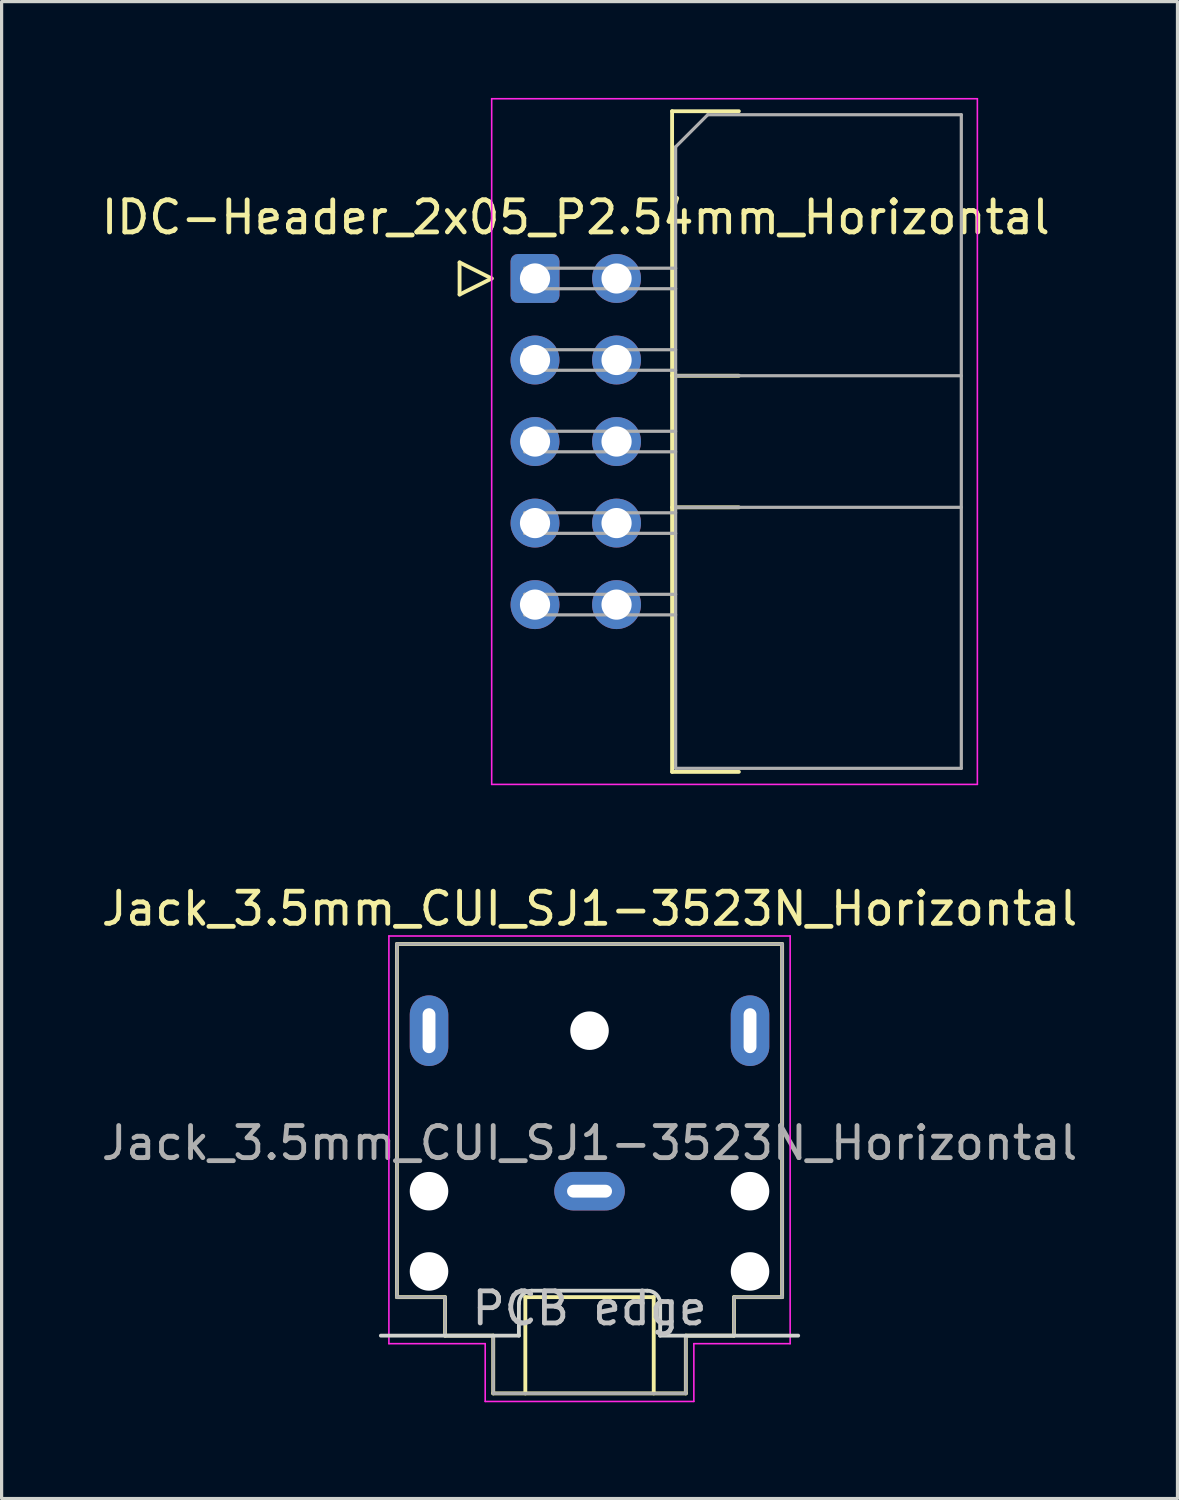
<source format=kicad_pcb>
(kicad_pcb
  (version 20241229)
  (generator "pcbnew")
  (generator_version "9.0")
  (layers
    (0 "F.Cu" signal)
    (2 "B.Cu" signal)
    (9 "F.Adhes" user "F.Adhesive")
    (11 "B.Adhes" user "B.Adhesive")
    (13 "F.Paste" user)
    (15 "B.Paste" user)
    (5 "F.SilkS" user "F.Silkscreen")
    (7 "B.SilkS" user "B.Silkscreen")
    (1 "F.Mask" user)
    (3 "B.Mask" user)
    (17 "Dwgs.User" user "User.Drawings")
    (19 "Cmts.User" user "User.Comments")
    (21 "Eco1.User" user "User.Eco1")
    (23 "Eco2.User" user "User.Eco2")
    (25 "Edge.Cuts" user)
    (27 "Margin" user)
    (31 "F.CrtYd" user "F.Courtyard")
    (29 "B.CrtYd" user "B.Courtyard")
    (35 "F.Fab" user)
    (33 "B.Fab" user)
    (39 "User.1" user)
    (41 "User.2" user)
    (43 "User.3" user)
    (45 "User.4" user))
  (footprint "Jack_3.5mm_CUI_SJ1-3523N_Horizontal"
    (layer "F.Cu")
    (at 15.315 34.058)
    (property "Reference" "Jack_3.5mm_CUI_SJ1-3523N_Horizontal" (at 0 -8.8 0) (layer "F.SilkS") (effects (font (size 1 1) (thickness 0.15))))
    (attr through_hole exclude_from_pos_files exclude_from_bom)
    (fp_line (start -6 -7.7) (end 6 -7.7) (stroke (width 0.12) (type solid)) (layer "F.SilkS"))
    (fp_line (start -6 3.3) (end -6 -7.7) (stroke (width 0.12) (type solid)) (layer "F.SilkS"))
    (fp_line (start -4.5 3.3) (end -6 3.3) (stroke (width 0.12) (type solid)) (layer "F.SilkS"))
    (fp_line (start -4.5 4.5) (end -4.5 3.3) (stroke (width 0.12) (type solid)) (layer "F.SilkS"))
    (fp_line (start -3 4.5) (end -4.5 4.5) (stroke (width 0.12) (type solid)) (layer "F.SilkS"))
    (fp_line (start -3 6.3) (end -3 4.5) (stroke (width 0.12) (type solid)) (layer "F.SilkS"))
    (fp_line (start -2 3.3) (end -2 6.3) (stroke (width 0.12) (type solid)) (layer "F.SilkS"))
    (fp_line (start 2 3.3) (end -2 3.3) (stroke (width 0.12) (type solid)) (layer "F.SilkS"))
    (fp_line (start 2 6.3) (end 2 3.3) (stroke (width 0.12) (type solid)) (layer "F.SilkS"))
    (fp_line (start 3 4.5) (end 3 6.3) (stroke (width 0.12) (type solid)) (layer "F.SilkS"))
    (fp_line (start 3 6.3) (end -3 6.3) (stroke (width 0.12) (type solid)) (layer "F.SilkS"))
    (fp_line (start 4.5 3.3) (end 4.5 4.5) (stroke (width 0.12) (type solid)) (layer "F.SilkS"))
    (fp_line (start 4.5 4.5) (end 3 4.5) (stroke (width 0.12) (type solid)) (layer "F.SilkS"))
    (fp_line (start 6 -7.7) (end 6 3.3) (stroke (width 0.12) (type solid)) (layer "F.SilkS"))
    (fp_line (start 6 3.3) (end 4.5 3.3) (stroke (width 0.12) (type solid)) (layer "F.SilkS"))
    (fp_line (start -2.2 3.5) (end -2.2 4.5) (stroke (width 0.12) (type solid)) (layer "Edge.Cuts"))
    (fp_line (start -2.2 4.5) (end -6.5 4.5) (stroke (width 0.12) (type solid)) (layer "Edge.Cuts"))
    (fp_line (start 1.8 3.1) (end -1.8 3.1) (stroke (width 0.12) (type solid)) (layer "Edge.Cuts"))
    (fp_line (start 2.2 3.5) (end 2.2 4.5) (stroke (width 0.12) (type solid)) (layer "Edge.Cuts"))
    (fp_line (start 2.2 4.5) (end 6.5 4.5) (stroke (width 0.12) (type solid)) (layer "Edge.Cuts"))
    (fp_arc (start -2.2 3.5) (mid -2.082843 3.217158) (end -1.8 3.1) (stroke (width 0.12) (type solid)) (layer "Edge.Cuts"))
    (fp_arc (start 1.8 3.1) (mid 2.082843 3.217157) (end 2.2 3.5) (stroke (width 0.12) (type solid)) (layer "Edge.Cuts"))
    (fp_line (start -6.25 -7.95) (end -6.25 4.75) (stroke (width 0.05) (type solid)) (layer "F.CrtYd"))
    (fp_line (start -6.25 4.75) (end -3.25 4.75) (stroke (width 0.05) (type solid)) (layer "F.CrtYd"))
    (fp_line (start -3.25 4.75) (end -3.25 6.55) (stroke (width 0.05) (type solid)) (layer "F.CrtYd"))
    (fp_line (start -3.25 6.55) (end 3.25 6.55) (stroke (width 0.05) (type solid)) (layer "F.CrtYd"))
    (fp_line (start 3.25 4.75) (end 6.25 4.75) (stroke (width 0.05) (type solid)) (layer "F.CrtYd"))
    (fp_line (start 3.25 6.55) (end 3.25 4.75) (stroke (width 0.05) (type solid)) (layer "F.CrtYd"))
    (fp_line (start 6.25 -7.95) (end -6.25 -7.95) (stroke (width 0.05) (type solid)) (layer "F.CrtYd"))
    (fp_line (start 6.25 4.5) (end 6.25 -7.95) (stroke (width 0.05) (type solid)) (layer "F.CrtYd"))
    (fp_line (start 6.25 4.75) (end 6.25 4.5) (stroke (width 0.05) (type solid)) (layer "F.CrtYd"))
    (fp_line (start -6 -7.7) (end 6 -7.7) (stroke (width 0.1) (type solid)) (layer "F.Fab"))
    (fp_line (start -6 3.3) (end -6 -7.7) (stroke (width 0.1) (type solid)) (layer "F.Fab"))
    (fp_line (start -4.5 3.3) (end -6 3.3) (stroke (width 0.1) (type solid)) (layer "F.Fab"))
    (fp_line (start -4.5 4.5) (end -4.5 3.3) (stroke (width 0.1) (type solid)) (layer "F.Fab"))
    (fp_line (start -4.5 4.5) (end -3 4.5) (stroke (width 0.1) (type solid)) (layer "F.Fab"))
    (fp_line (start -3 4.5) (end -3 6.3) (stroke (width 0.1) (type solid)) (layer "F.Fab"))
    (fp_line (start -3 6.3) (end 3 6.3) (stroke (width 0.1) (type solid)) (layer "F.Fab"))
    (fp_line (start 3 4.5) (end 3 6.3) (stroke (width 0.1) (type solid)) (layer "F.Fab"))
    (fp_line (start 4.5 3.3) (end 6 3.3) (stroke (width 0.1) (type solid)) (layer "F.Fab"))
    (fp_line (start 4.5 4.5) (end 3 4.5) (stroke (width 0.1) (type solid)) (layer "F.Fab"))
    (fp_line (start 4.5 4.5) (end 4.5 3.3) (stroke (width 0.1) (type solid)) (layer "F.Fab"))
    (fp_line (start 6 3.3) (end 6 -7.7) (stroke (width 0.1) (type solid)) (layer "F.Fab"))
    (fp_text user "PCB edge" (at 0 3.65 0) (unlocked yes) (layer "Dwgs.User") (effects (font (size 1 1) (thickness 0.15))))
    (fp_text user "${REFERENCE}" (at 0 -1.5 0) (layer "F.Fab") (effects (font (size 1 1) (thickness 0.15))))
    (pad "" np_thru_hole circle (at -5 0) (size 1.2 1.2) (drill 1.2) (layers "*.Cu" "*.Mask"))
    (pad "" np_thru_hole circle (at -5 2.5) (size 1.2 1.2) (drill 1.2) (layers "*.Cu" "*.Mask"))
    (pad "" np_thru_hole circle (at 0 -5) (size 1.2 1.2) (drill 1.2) (layers "*.Cu" "*.Mask"))
    (pad "" np_thru_hole circle (at 5 0) (size 1.2 1.2) (drill 1.2) (layers "*.Cu" "*.Mask"))
    (pad "" np_thru_hole circle (at 5 2.5) (size 1.2 1.2) (drill 1.2) (layers "*.Cu" "*.Mask"))
    (pad "R" thru_hole oval (at -5 -5) (size 1.2 2.2) (drill oval 0.4 1.4) (layers "*.Cu" "*.Mask"))
    (pad "S" thru_hole oval (at 0 0) (size 2.2 1.2) (drill oval 1.4 0.4) (layers "*.Cu" "*.Mask"))
    (pad "T" thru_hole oval (at 5 -5 180) (size 1.2 2.2) (drill oval 0.4 1.4) (layers "*.Cu" "*.Mask")))
  (footprint "IDC-Header_2x05_P2.54mm_Horizontal"
    (layer "F.Cu")
    (at 13.617 5.625)
    (property "Reference" "IDC-Header_2x05_P2.54mm_Horizontal" (at 1.27 -1.905 0) (layer "F.SilkS") (effects (font (size 1 1) (thickness 0.15))))
    (attr through_hole)
    (fp_line (start -2.35 -0.5) (end -2.35 0.5) (stroke (width 0.12) (type solid)) (layer "F.SilkS"))
    (fp_line (start -2.35 0.5) (end -1.35 0) (stroke (width 0.12) (type solid)) (layer "F.SilkS"))
    (fp_line (start -1.35 0) (end -2.35 -0.5) (stroke (width 0.12) (type solid)) (layer "F.SilkS"))
    (fp_line (start 4.27 -5.21) (end 6.35 -5.21) (stroke (width 0.12) (type solid)) (layer "F.SilkS"))
    (fp_line (start 4.27 3.03) (end 6.35 3.03) (stroke (width 0.12) (type solid)) (layer "F.SilkS"))
    (fp_line (start 4.27 7.13) (end 6.35 7.13) (stroke (width 0.12) (type solid)) (layer "F.SilkS"))
    (fp_line (start 4.27 15.37) (end 4.27 -5.21) (stroke (width 0.12) (type solid)) (layer "F.SilkS"))
    (fp_line (start 6.35 15.37) (end 4.27 15.37) (stroke (width 0.12) (type solid)) (layer "F.SilkS"))
    (fp_line (start -1.35 -5.6) (end -1.35 15.76) (stroke (width 0.05) (type solid)) (layer "F.CrtYd"))
    (fp_line (start -1.35 15.76) (end 13.78 15.76) (stroke (width 0.05) (type solid)) (layer "F.CrtYd"))
    (fp_line (start 13.78 -5.6) (end -1.35 -5.6) (stroke (width 0.05) (type solid)) (layer "F.CrtYd"))
    (fp_line (start 13.78 15.76) (end 13.78 -5.6) (stroke (width 0.05) (type solid)) (layer "F.CrtYd"))
    (fp_line (start -0.32 -0.32) (end -0.32 0.32) (stroke (width 0.1) (type solid)) (layer "F.Fab"))
    (fp_line (start -0.32 0.32) (end 4.38 0.32) (stroke (width 0.1) (type solid)) (layer "F.Fab"))
    (fp_line (start -0.32 2.22) (end -0.32 2.86) (stroke (width 0.1) (type solid)) (layer "F.Fab"))
    (fp_line (start -0.32 2.86) (end 4.38 2.86) (stroke (width 0.1) (type solid)) (layer "F.Fab"))
    (fp_line (start -0.32 4.76) (end -0.32 5.4) (stroke (width 0.1) (type solid)) (layer "F.Fab"))
    (fp_line (start -0.32 5.4) (end 4.38 5.4) (stroke (width 0.1) (type solid)) (layer "F.Fab"))
    (fp_line (start -0.32 7.3) (end -0.32 7.94) (stroke (width 0.1) (type solid)) (layer "F.Fab"))
    (fp_line (start -0.32 7.94) (end 4.38 7.94) (stroke (width 0.1) (type solid)) (layer "F.Fab"))
    (fp_line (start -0.32 9.84) (end -0.32 10.48) (stroke (width 0.1) (type solid)) (layer "F.Fab"))
    (fp_line (start -0.32 10.48) (end 4.38 10.48) (stroke (width 0.1) (type solid)) (layer "F.Fab"))
    (fp_line (start 4.38 -4.1) (end 5.38 -5.1) (stroke (width 0.1) (type solid)) (layer "F.Fab"))
    (fp_line (start 4.38 -0.32) (end -0.32 -0.32) (stroke (width 0.1) (type solid)) (layer "F.Fab"))
    (fp_line (start 4.38 2.22) (end -0.32 2.22) (stroke (width 0.1) (type solid)) (layer "F.Fab"))
    (fp_line (start 4.38 3.03) (end 13.28 3.03) (stroke (width 0.1) (type solid)) (layer "F.Fab"))
    (fp_line (start 4.38 4.76) (end -0.32 4.76) (stroke (width 0.1) (type solid)) (layer "F.Fab"))
    (fp_line (start 4.38 7.13) (end 13.28 7.13) (stroke (width 0.1) (type solid)) (layer "F.Fab"))
    (fp_line (start 4.38 7.3) (end -0.32 7.3) (stroke (width 0.1) (type solid)) (layer "F.Fab"))
    (fp_line (start 4.38 9.84) (end -0.32 9.84) (stroke (width 0.1) (type solid)) (layer "F.Fab"))
    (fp_line (start 4.38 15.26) (end 4.38 -4.1) (stroke (width 0.1) (type solid)) (layer "F.Fab"))
    (fp_line (start 5.38 -5.1) (end 13.28 -5.1) (stroke (width 0.1) (type solid)) (layer "F.Fab"))
    (fp_line (start 13.28 -5.1) (end 13.28 15.26) (stroke (width 0.1) (type solid)) (layer "F.Fab"))
    (fp_line (start 13.28 15.26) (end 4.38 15.26) (stroke (width 0.1) (type solid)) (layer "F.Fab"))
    (pad "1" thru_hole roundrect (at 0 0) (size 1.524 1.524) (drill 0.94) (layers "*.Cu" "*.Mask") (roundrect_rratio 0.147))
    (pad "2" thru_hole circle (at 2.54 0) (size 1.524 1.524) (drill 0.94) (layers "*.Cu" "*.Mask"))
    (pad "3" thru_hole circle (at 0 2.54) (size 1.524 1.524) (drill 0.94) (layers "*.Cu" "*.Mask"))
    (pad "4" thru_hole circle (at 2.54 2.54) (size 1.524 1.524) (drill 0.94) (layers "*.Cu" "*.Mask"))
    (pad "5" thru_hole circle (at 0 5.08) (size 1.524 1.524) (drill 0.94) (layers "*.Cu" "*.Mask"))
    (pad "6" thru_hole circle (at 2.54 5.08) (size 1.524 1.524) (drill 0.94) (layers "*.Cu" "*.Mask"))
    (pad "7" thru_hole circle (at 0 7.62) (size 1.524 1.524) (drill 0.94) (layers "*.Cu" "*.Mask"))
    (pad "8" thru_hole circle (at 2.54 7.62) (size 1.524 1.524) (drill 0.94) (layers "*.Cu" "*.Mask"))
    (pad "9" thru_hole circle (at 0 10.16) (size 1.524 1.524) (drill 0.94) (layers "*.Cu" "*.Mask"))
    (pad "10" thru_hole circle (at 2.54 10.16) (size 1.524 1.524) (drill 0.94) (layers "*.Cu" "*.Mask")))
  (gr_rect
    (start -3 -3)
    (end 33.631 43.633)
    (stroke (width 0.1) (type default))
    (fill no)
    (layer "Edge.Cuts")))
</source>
